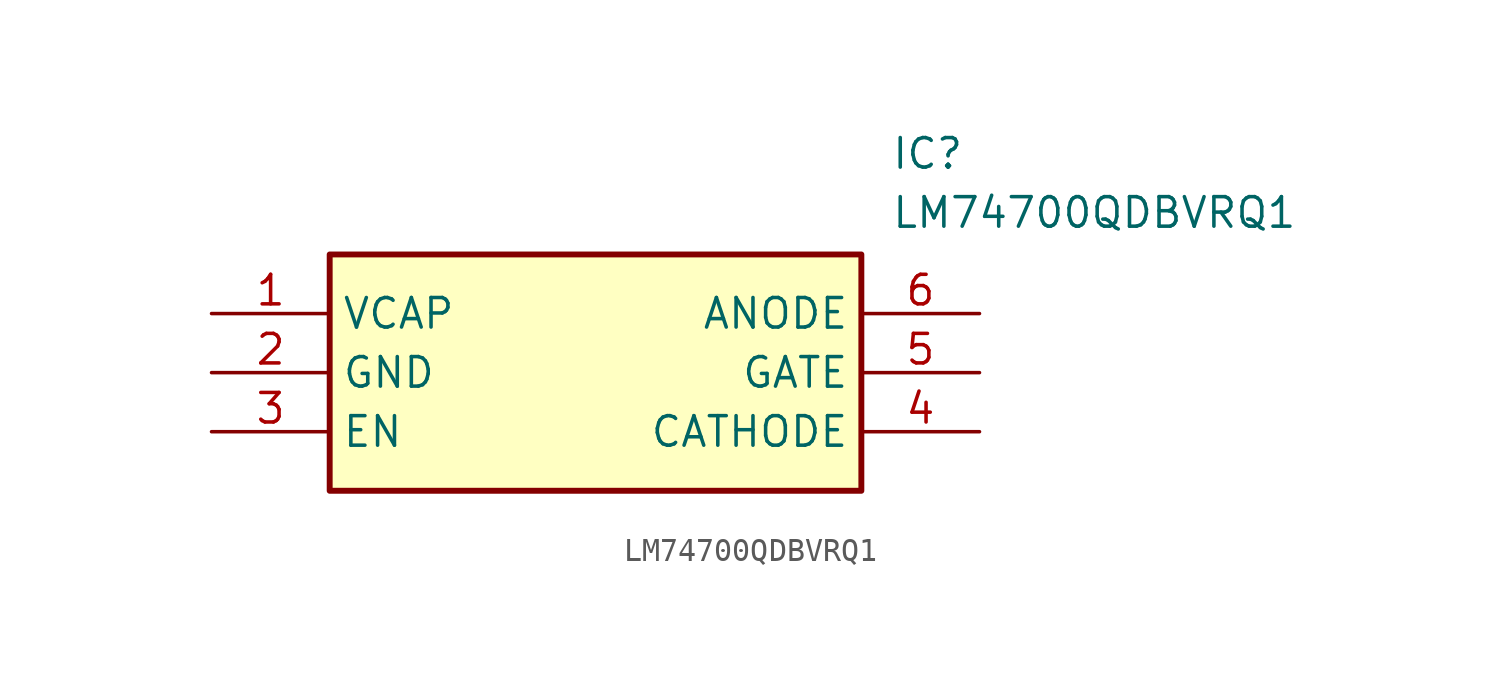
<source format=kicad_sym>
(kicad_symbol_lib
  (version 20241209)
  (generator "kicad_symbol_editor")
  (generator_version "9.0")
  (symbol "LM74700QDBVRQ1"
    (property "Reference" "IC"
      (at 29.21 7.62 0)
      (effects (font (size 1.27 1.27)) (justify left top)))
    (property "Value" "LM74700QDBVRQ1"
      (at 29.21 5.08 0)
      (effects (font (size 1.27 1.27)) (justify left top)))
    (symbol "LM74700QDBVRQ1_1_1"
      (rectangle (start 5.08 2.54) (end 27.94 -7.62) (stroke (width 0.254) (type default)) (fill (type background)))
      (pin passive line (at 0 0 0) (length 5.08) (name "VCAP" (effects (font (size 1.27 1.27)))) (number "1" (effects (font (size 1.27 1.27)))))
      (pin passive line (at 0 -2.54 0) (length 5.08) (name "GND" (effects (font (size 1.27 1.27)))) (number "2" (effects (font (size 1.27 1.27)))))
      (pin passive line (at 0 -5.08 0) (length 5.08) (name "EN" (effects (font (size 1.27 1.27)))) (number "3" (effects (font (size 1.27 1.27)))))
      (pin passive line (at 33.02 0 180) (length 5.08) (name "ANODE" (effects (font (size 1.27 1.27)))) (number "6" (effects (font (size 1.27 1.27)))))
      (pin passive line (at 33.02 -2.54 180) (length 5.08) (name "GATE" (effects (font (size 1.27 1.27)))) (number "5" (effects (font (size 1.27 1.27)))))
      (pin passive line (at 33.02 -5.08 180) (length 5.08) (name "CATHODE" (effects (font (size 1.27 1.27)))) (number "4" (effects (font (size 1.27 1.27))))))))
</source>
